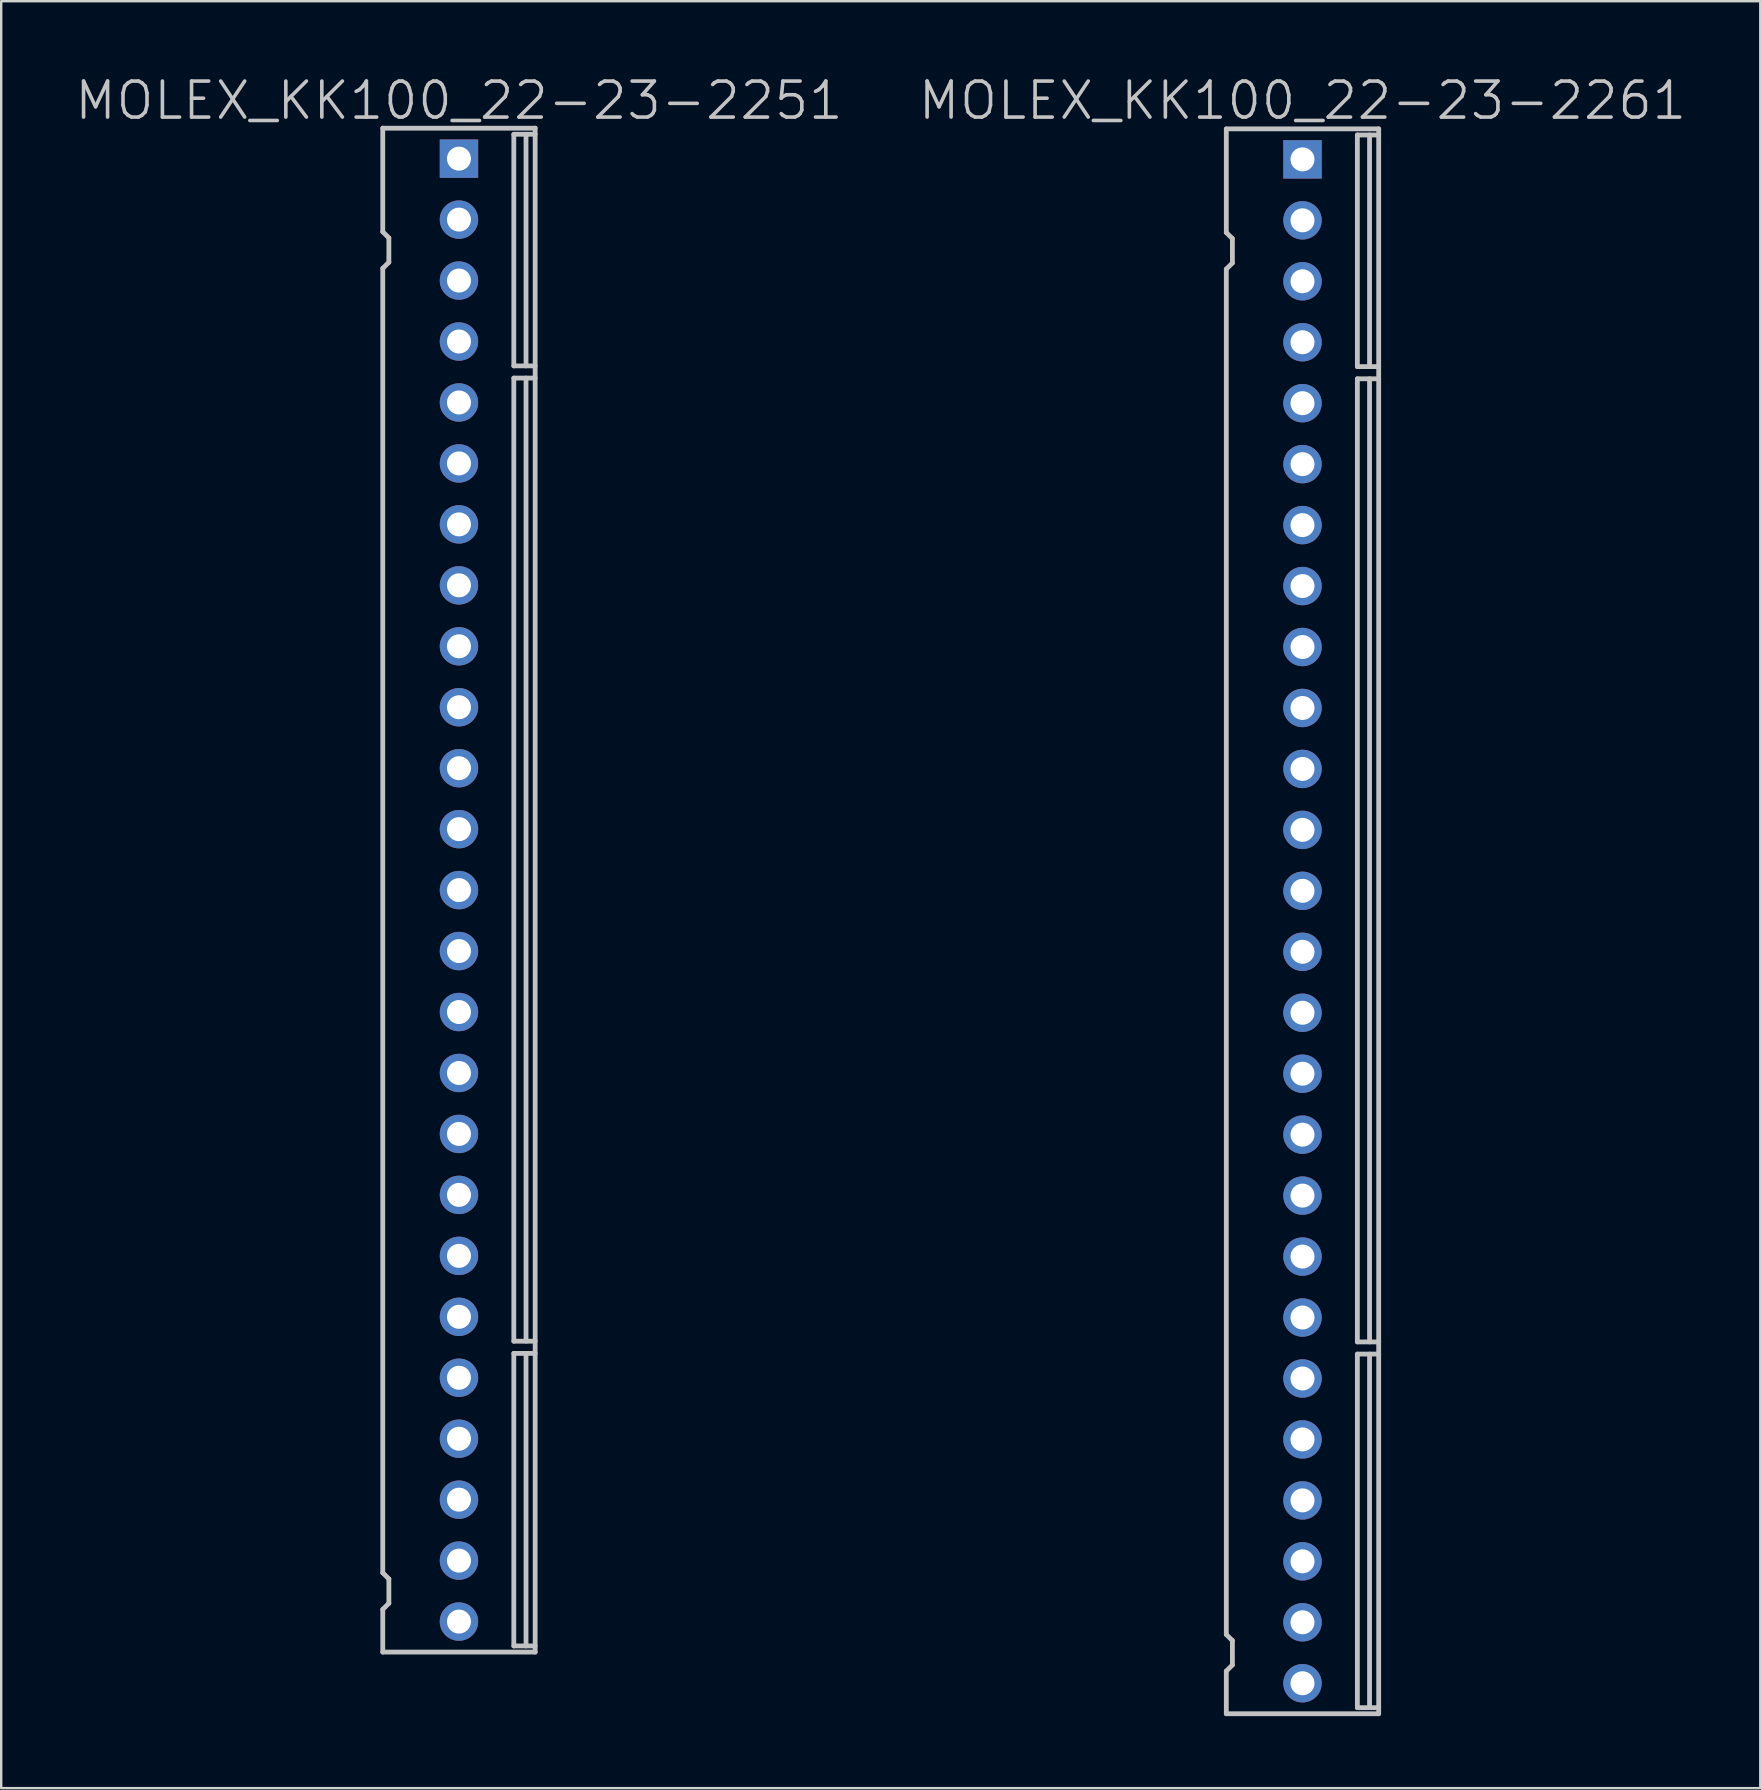
<source format=kicad_pcb>
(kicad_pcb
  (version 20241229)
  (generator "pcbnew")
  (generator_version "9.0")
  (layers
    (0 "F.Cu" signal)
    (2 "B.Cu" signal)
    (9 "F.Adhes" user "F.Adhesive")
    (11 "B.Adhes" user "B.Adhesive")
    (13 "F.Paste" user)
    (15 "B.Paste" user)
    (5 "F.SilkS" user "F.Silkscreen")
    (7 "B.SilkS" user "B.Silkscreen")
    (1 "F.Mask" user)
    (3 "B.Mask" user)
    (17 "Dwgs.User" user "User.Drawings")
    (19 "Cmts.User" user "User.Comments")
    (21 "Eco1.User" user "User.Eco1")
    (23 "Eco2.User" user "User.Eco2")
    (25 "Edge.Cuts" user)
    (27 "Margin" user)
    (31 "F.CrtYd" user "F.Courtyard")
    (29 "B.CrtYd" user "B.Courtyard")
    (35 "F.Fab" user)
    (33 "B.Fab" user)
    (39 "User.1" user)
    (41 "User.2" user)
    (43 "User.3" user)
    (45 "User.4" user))
  (footprint "MOLEX_KK100_22-23-2261"
    (layer "F.Cu")
    (at 51.225 35.341)
    (property "Reference" "MOLEX_KK100_22-23-2261" (at 0 -34.2 180) (layer "Dwgs.User") (effects (font (size 1.5 1.5) (thickness 0.15))))
    (attr through_hole)
    (fp_line (start -3.175 -33.02) (end 3.175 -33.02) (stroke (width 0.2) (type solid)) (layer "Dwgs.User"))
    (fp_line (start -3.175 -28.702) (end -3.175 -33.02) (stroke (width 0.2) (type solid)) (layer "Dwgs.User"))
    (fp_line (start -3.175 29.718) (end -3.175 -27.178) (stroke (width 0.2) (type solid)) (layer "Dwgs.User"))
    (fp_line (start -3.175 31.242) (end -3.175 33.02) (stroke (width 0.2) (type solid)) (layer "Dwgs.User"))
    (fp_line (start -2.921 -28.448) (end -3.175 -28.702) (stroke (width 0.2) (type solid)) (layer "Dwgs.User"))
    (fp_line (start -2.921 -28.448) (end -2.921 -27.432) (stroke (width 0.2) (type solid)) (layer "Dwgs.User"))
    (fp_line (start -2.921 -27.432) (end -3.175 -27.178) (stroke (width 0.2) (type solid)) (layer "Dwgs.User"))
    (fp_line (start -2.921 29.972) (end -3.175 29.718) (stroke (width 0.2) (type solid)) (layer "Dwgs.User"))
    (fp_line (start -2.921 29.972) (end -2.921 30.988) (stroke (width 0.2) (type solid)) (layer "Dwgs.User"))
    (fp_line (start -2.921 30.988) (end -3.175 31.242) (stroke (width 0.2) (type solid)) (layer "Dwgs.User"))
    (fp_line (start 2.286 -32.766) (end 3.175 -32.766) (stroke (width 0.2) (type solid)) (layer "Dwgs.User"))
    (fp_line (start 2.286 -23.114) (end 2.286 -32.766) (stroke (width 0.2) (type solid)) (layer "Dwgs.User"))
    (fp_line (start 2.286 -23.114) (end 3.175 -23.114) (stroke (width 0.2) (type solid)) (layer "Dwgs.User"))
    (fp_line (start 2.286 -22.606) (end 2.286 17.526) (stroke (width 0.2) (type solid)) (layer "Dwgs.User"))
    (fp_line (start 2.286 -22.606) (end 3.175 -22.606) (stroke (width 0.2) (type solid)) (layer "Dwgs.User"))
    (fp_line (start 2.286 17.526) (end 3.175 17.526) (stroke (width 0.2) (type solid)) (layer "Dwgs.User"))
    (fp_line (start 2.286 18.034) (end 3.175 18.034) (stroke (width 0.2) (type solid)) (layer "Dwgs.User"))
    (fp_line (start 2.286 32.766) (end 2.286 18.034) (stroke (width 0.2) (type solid)) (layer "Dwgs.User"))
    (fp_line (start 2.286 32.766) (end 3.175 32.766) (stroke (width 0.2) (type solid)) (layer "Dwgs.User"))
    (fp_line (start 2.794 -23.114) (end 2.794 -32.766) (stroke (width 0.2) (type solid)) (layer "Dwgs.User"))
    (fp_line (start 2.794 17.526) (end 2.794 -22.606) (stroke (width 0.2) (type solid)) (layer "Dwgs.User"))
    (fp_line (start 2.794 18.034) (end 2.794 32.766) (stroke (width 0.2) (type solid)) (layer "Dwgs.User"))
    (fp_line (start 3.175 33.02) (end -3.175 33.02) (stroke (width 0.2) (type solid)) (layer "Dwgs.User"))
    (fp_line (start 3.175 33.02) (end 3.175 -33.02) (stroke (width 0.2) (type solid)) (layer "Dwgs.User"))
    (pad "1" thru_hole rect (at 0 -31.75) (size 1.6 1.6) (drill 1) (layers "*.Cu" "*.Mask"))
    (pad "2" thru_hole circle (at 0 -29.21) (size 1.6 1.6) (drill 1) (layers "*.Cu" "*.Mask"))
    (pad "3" thru_hole circle (at 0 -26.67) (size 1.6 1.6) (drill 1) (layers "*.Cu" "*.Mask"))
    (pad "4" thru_hole circle (at 0 -24.13) (size 1.6 1.6) (drill 1) (layers "*.Cu" "*.Mask"))
    (pad "5" thru_hole circle (at 0 -21.59) (size 1.6 1.6) (drill 1) (layers "*.Cu" "*.Mask"))
    (pad "6" thru_hole circle (at 0 -19.05) (size 1.6 1.6) (drill 1) (layers "*.Cu" "*.Mask"))
    (pad "7" thru_hole circle (at 0 -16.51) (size 1.6 1.6) (drill 1) (layers "*.Cu" "*.Mask"))
    (pad "8" thru_hole circle (at 0 -13.97) (size 1.6 1.6) (drill 1) (layers "*.Cu" "*.Mask"))
    (pad "9" thru_hole circle (at 0 -11.43) (size 1.6 1.6) (drill 1) (layers "*.Cu" "*.Mask"))
    (pad "10" thru_hole circle (at 0 -8.89) (size 1.6 1.6) (drill 1) (layers "*.Cu" "*.Mask"))
    (pad "11" thru_hole circle (at 0 -6.35) (size 1.6 1.6) (drill 1) (layers "*.Cu" "*.Mask"))
    (pad "12" thru_hole circle (at 0 -3.81) (size 1.6 1.6) (drill 1) (layers "*.Cu" "*.Mask"))
    (pad "13" thru_hole circle (at 0 -1.27) (size 1.6 1.6) (drill 1) (layers "*.Cu" "*.Mask"))
    (pad "14" thru_hole circle (at 0 1.27) (size 1.6 1.6) (drill 1) (layers "*.Cu" "*.Mask"))
    (pad "15" thru_hole circle (at 0 3.81) (size 1.6 1.6) (drill 1) (layers "*.Cu" "*.Mask"))
    (pad "16" thru_hole circle (at 0 6.35) (size 1.6 1.6) (drill 1) (layers "*.Cu" "*.Mask"))
    (pad "17" thru_hole circle (at 0 8.89) (size 1.6 1.6) (drill 1) (layers "*.Cu" "*.Mask"))
    (pad "18" thru_hole circle (at 0 11.43) (size 1.6 1.6) (drill 1) (layers "*.Cu" "*.Mask"))
    (pad "19" thru_hole circle (at 0 13.97) (size 1.6 1.6) (drill 1) (layers "*.Cu" "*.Mask"))
    (pad "20" thru_hole circle (at 0 16.51) (size 1.6 1.6) (drill 1) (layers "*.Cu" "*.Mask"))
    (pad "21" thru_hole circle (at 0 19.05) (size 1.6 1.6) (drill 1) (layers "*.Cu" "*.Mask"))
    (pad "22" thru_hole circle (at 0 21.59) (size 1.6 1.6) (drill 1) (layers "*.Cu" "*.Mask"))
    (pad "23" thru_hole circle (at 0 24.13) (size 1.6 1.6) (drill 1) (layers "*.Cu" "*.Mask"))
    (pad "24" thru_hole circle (at 0 26.67) (size 1.6 1.6) (drill 1) (layers "*.Cu" "*.Mask"))
    (pad "25" thru_hole circle (at 0 29.21) (size 1.6 1.6) (drill 1) (layers "*.Cu" "*.Mask"))
    (pad "26" thru_hole circle (at 0 31.75) (size 1.6 1.6) (drill 1) (layers "*.Cu" "*.Mask")))
  (footprint "MOLEX_KK100_22-23-2251"
    (layer "F.Cu")
    (at 16.075 34.041)
    (property "Reference" "MOLEX_KK100_22-23-2251" (at 0 -32.9 180) (layer "Dwgs.User") (effects (font (size 1.5 1.5) (thickness 0.15))))
    (attr through_hole)
    (fp_line (start -3.175 -31.75) (end 3.175 -31.75) (stroke (width 0.2) (type solid)) (layer "Dwgs.User"))
    (fp_line (start -3.175 -27.432) (end -3.175 -31.75) (stroke (width 0.2) (type solid)) (layer "Dwgs.User"))
    (fp_line (start -3.175 28.448) (end -3.175 -25.908) (stroke (width 0.2) (type solid)) (layer "Dwgs.User"))
    (fp_line (start -3.175 29.972) (end -3.175 31.75) (stroke (width 0.2) (type solid)) (layer "Dwgs.User"))
    (fp_line (start -2.921 -27.178) (end -3.175 -27.432) (stroke (width 0.2) (type solid)) (layer "Dwgs.User"))
    (fp_line (start -2.921 -27.178) (end -2.921 -26.162) (stroke (width 0.2) (type solid)) (layer "Dwgs.User"))
    (fp_line (start -2.921 -26.162) (end -3.175 -25.908) (stroke (width 0.2) (type solid)) (layer "Dwgs.User"))
    (fp_line (start -2.921 28.702) (end -3.175 28.448) (stroke (width 0.2) (type solid)) (layer "Dwgs.User"))
    (fp_line (start -2.921 28.702) (end -2.921 29.718) (stroke (width 0.2) (type solid)) (layer "Dwgs.User"))
    (fp_line (start -2.921 29.718) (end -3.175 29.972) (stroke (width 0.2) (type solid)) (layer "Dwgs.User"))
    (fp_line (start 2.286 -31.496) (end 3.175 -31.496) (stroke (width 0.2) (type solid)) (layer "Dwgs.User"))
    (fp_line (start 2.286 -21.844) (end 2.286 -31.496) (stroke (width 0.2) (type solid)) (layer "Dwgs.User"))
    (fp_line (start 2.286 -21.844) (end 3.175 -21.844) (stroke (width 0.2) (type solid)) (layer "Dwgs.User"))
    (fp_line (start 2.286 -21.336) (end 2.286 18.796) (stroke (width 0.2) (type solid)) (layer "Dwgs.User"))
    (fp_line (start 2.286 -21.336) (end 3.175 -21.336) (stroke (width 0.2) (type solid)) (layer "Dwgs.User"))
    (fp_line (start 2.286 18.796) (end 3.175 18.796) (stroke (width 0.2) (type solid)) (layer "Dwgs.User"))
    (fp_line (start 2.286 19.304) (end 2.286 31.496) (stroke (width 0.2) (type solid)) (layer "Dwgs.User"))
    (fp_line (start 2.286 19.304) (end 3.175 19.304) (stroke (width 0.2) (type solid)) (layer "Dwgs.User"))
    (fp_line (start 2.286 31.496) (end 3.175 31.496) (stroke (width 0.2) (type solid)) (layer "Dwgs.User"))
    (fp_line (start 2.794 -21.844) (end 2.794 -31.496) (stroke (width 0.2) (type solid)) (layer "Dwgs.User"))
    (fp_line (start 2.794 18.796) (end 2.794 -21.336) (stroke (width 0.2) (type solid)) (layer "Dwgs.User"))
    (fp_line (start 2.794 19.304) (end 2.794 31.496) (stroke (width 0.2) (type solid)) (layer "Dwgs.User"))
    (fp_line (start 3.175 -31.75) (end 3.175 31.75) (stroke (width 0.2) (type solid)) (layer "Dwgs.User"))
    (fp_line (start 3.175 31.75) (end -3.175 31.75) (stroke (width 0.2) (type solid)) (layer "Dwgs.User"))
    (pad "1" thru_hole rect (at 0 -30.48) (size 1.6 1.6) (drill 1) (layers "*.Cu" "*.Mask"))
    (pad "2" thru_hole circle (at 0 -27.94) (size 1.6 1.6) (drill 1) (layers "*.Cu" "*.Mask"))
    (pad "3" thru_hole circle (at 0 -25.4) (size 1.6 1.6) (drill 1) (layers "*.Cu" "*.Mask"))
    (pad "4" thru_hole circle (at 0 -22.86) (size 1.6 1.6) (drill 1) (layers "*.Cu" "*.Mask"))
    (pad "5" thru_hole circle (at 0 -20.32) (size 1.6 1.6) (drill 1) (layers "*.Cu" "*.Mask"))
    (pad "6" thru_hole circle (at 0 -17.78) (size 1.6 1.6) (drill 1) (layers "*.Cu" "*.Mask"))
    (pad "7" thru_hole circle (at 0 -15.24) (size 1.6 1.6) (drill 1) (layers "*.Cu" "*.Mask"))
    (pad "8" thru_hole circle (at 0 -12.7) (size 1.6 1.6) (drill 1) (layers "*.Cu" "*.Mask"))
    (pad "9" thru_hole circle (at 0 -10.16) (size 1.6 1.6) (drill 1) (layers "*.Cu" "*.Mask"))
    (pad "10" thru_hole circle (at 0 -7.62) (size 1.6 1.6) (drill 1) (layers "*.Cu" "*.Mask"))
    (pad "11" thru_hole circle (at 0 -5.08) (size 1.6 1.6) (drill 1) (layers "*.Cu" "*.Mask"))
    (pad "12" thru_hole circle (at 0 -2.54) (size 1.6 1.6) (drill 1) (layers "*.Cu" "*.Mask"))
    (pad "13" thru_hole circle (at 0 0) (size 1.6 1.6) (drill 1) (layers "*.Cu" "*.Mask"))
    (pad "14" thru_hole circle (at 0 2.54) (size 1.6 1.6) (drill 1) (layers "*.Cu" "*.Mask"))
    (pad "15" thru_hole circle (at 0 5.08) (size 1.6 1.6) (drill 1) (layers "*.Cu" "*.Mask"))
    (pad "16" thru_hole circle (at 0 7.62) (size 1.6 1.6) (drill 1) (layers "*.Cu" "*.Mask"))
    (pad "17" thru_hole circle (at 0 10.16) (size 1.6 1.6) (drill 1) (layers "*.Cu" "*.Mask"))
    (pad "18" thru_hole circle (at 0 12.7) (size 1.6 1.6) (drill 1) (layers "*.Cu" "*.Mask"))
    (pad "19" thru_hole circle (at 0 15.24) (size 1.6 1.6) (drill 1) (layers "*.Cu" "*.Mask"))
    (pad "20" thru_hole circle (at 0 17.78) (size 1.6 1.6) (drill 1) (layers "*.Cu" "*.Mask"))
    (pad "21" thru_hole circle (at 0 20.32) (size 1.6 1.6) (drill 1) (layers "*.Cu" "*.Mask"))
    (pad "22" thru_hole circle (at 0 22.86) (size 1.6 1.6) (drill 1) (layers "*.Cu" "*.Mask"))
    (pad "23" thru_hole circle (at 0 25.4) (size 1.6 1.6) (drill 1) (layers "*.Cu" "*.Mask"))
    (pad "24" thru_hole circle (at 0 27.94) (size 1.6 1.6) (drill 1) (layers "*.Cu" "*.Mask"))
    (pad "25" thru_hole circle (at 0 30.48) (size 1.6 1.6) (drill 1) (layers "*.Cu" "*.Mask")))
  (gr_rect
    (start -3 -3)
    (end 70.3 71.461)
    (stroke (width 0.1) (type default))
    (fill no)
    (layer "Edge.Cuts")))
</source>
